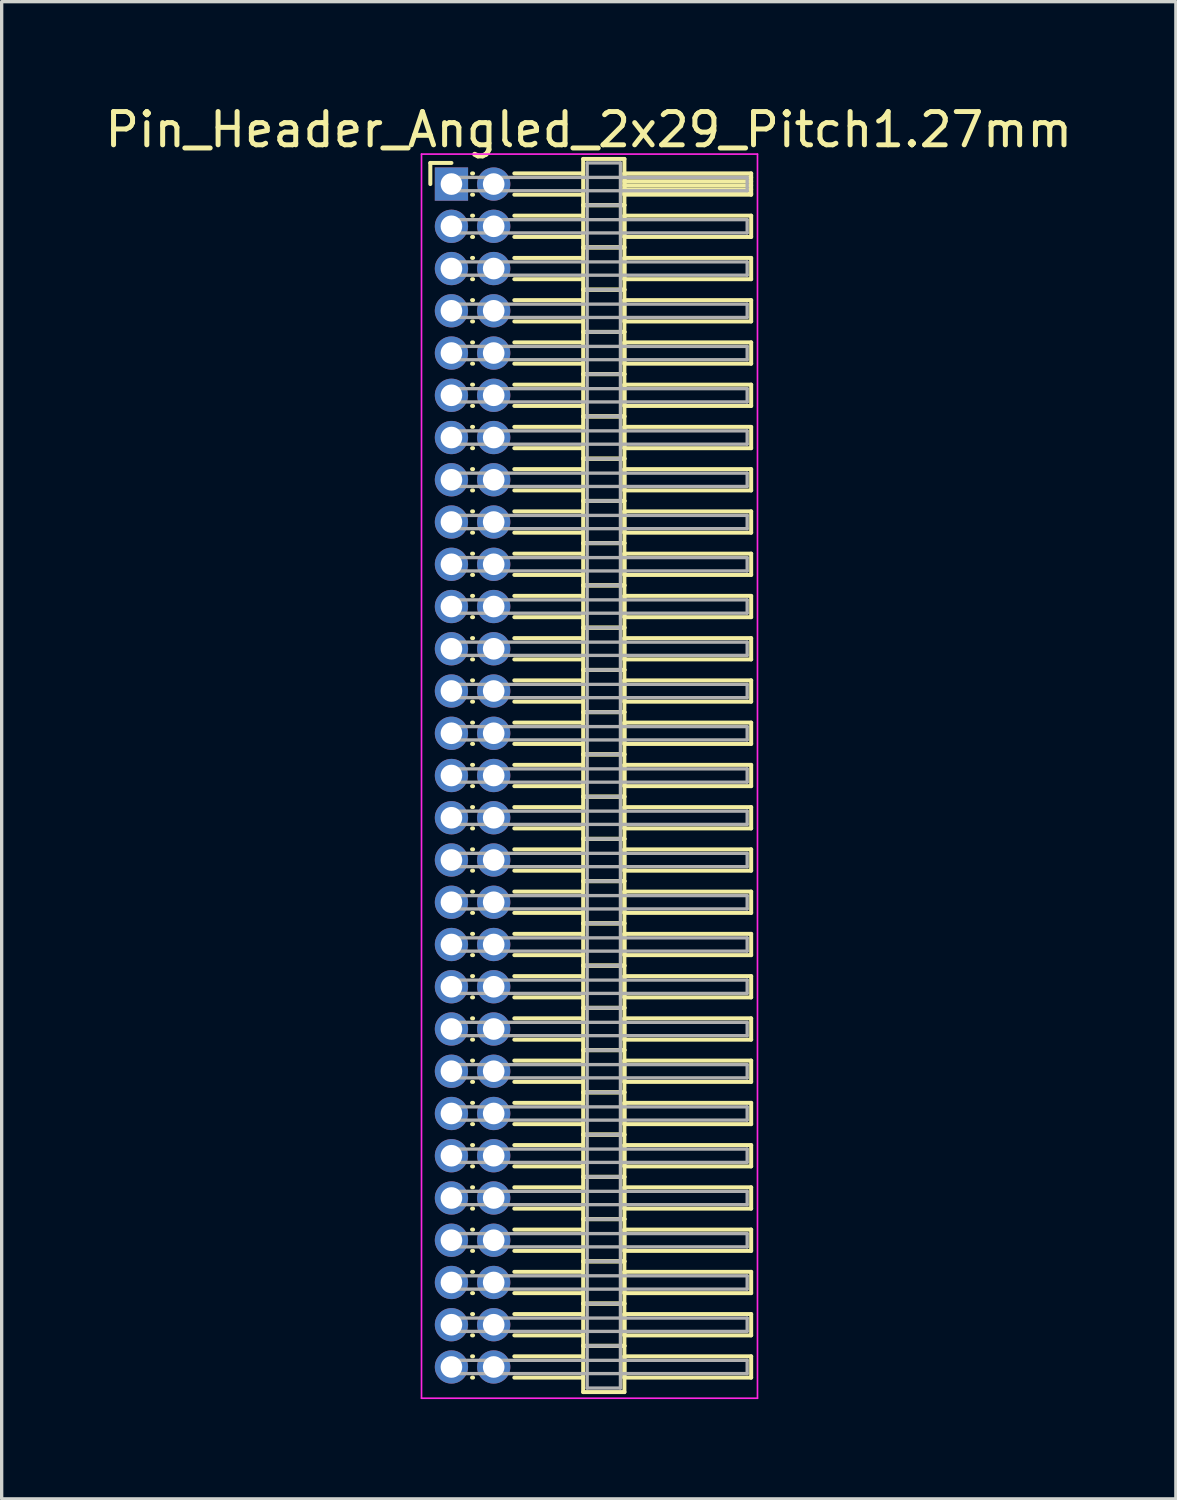
<source format=kicad_pcb>
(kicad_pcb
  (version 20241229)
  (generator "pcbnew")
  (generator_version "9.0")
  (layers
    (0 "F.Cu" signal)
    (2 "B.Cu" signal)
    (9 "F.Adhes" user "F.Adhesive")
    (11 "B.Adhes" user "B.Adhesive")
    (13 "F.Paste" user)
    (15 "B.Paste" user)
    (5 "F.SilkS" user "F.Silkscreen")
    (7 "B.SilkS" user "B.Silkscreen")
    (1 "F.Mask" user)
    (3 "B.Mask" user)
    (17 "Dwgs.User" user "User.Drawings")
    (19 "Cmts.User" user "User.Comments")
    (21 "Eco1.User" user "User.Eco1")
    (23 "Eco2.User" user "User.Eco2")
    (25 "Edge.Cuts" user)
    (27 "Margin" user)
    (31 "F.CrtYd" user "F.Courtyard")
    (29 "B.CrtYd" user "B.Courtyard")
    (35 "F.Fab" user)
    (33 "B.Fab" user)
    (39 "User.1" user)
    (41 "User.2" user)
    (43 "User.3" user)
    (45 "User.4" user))
  (footprint "Pin_Header_Angled_2x29_Pitch1.27mm"
    (layer "F.Cu")
    (at 10.521 2.483)
    (property "Reference" "Pin_Header_Angled_2x29_Pitch1.27mm" (at 4.128 -1.635 0) (layer "F.SilkS") (effects (font (size 1 1) (thickness 0.15))))
    (attr through_hole)
    (fp_line (start -0.635 -0.635) (end 0 -0.635) (stroke (width 0.12) (type solid)) (layer "F.SilkS"))
    (fp_line (start -0.635 0) (end -0.635 -0.635) (stroke (width 0.12) (type solid)) (layer "F.SilkS"))
    (fp_line (start 0.62 -0.32) (end 0.65 -0.32) (stroke (width 0.12) (type solid)) (layer "F.SilkS"))
    (fp_line (start 0.62 0.32) (end 0.65 0.32) (stroke (width 0.12) (type solid)) (layer "F.SilkS"))
    (fp_line (start 0.62 0.95) (end 0.65 0.95) (stroke (width 0.12) (type solid)) (layer "F.SilkS"))
    (fp_line (start 0.62 1.59) (end 0.65 1.59) (stroke (width 0.12) (type solid)) (layer "F.SilkS"))
    (fp_line (start 0.62 2.22) (end 0.65 2.22) (stroke (width 0.12) (type solid)) (layer "F.SilkS"))
    (fp_line (start 0.62 2.86) (end 0.65 2.86) (stroke (width 0.12) (type solid)) (layer "F.SilkS"))
    (fp_line (start 0.62 3.49) (end 0.65 3.49) (stroke (width 0.12) (type solid)) (layer "F.SilkS"))
    (fp_line (start 0.62 4.13) (end 0.65 4.13) (stroke (width 0.12) (type solid)) (layer "F.SilkS"))
    (fp_line (start 0.62 4.76) (end 0.65 4.76) (stroke (width 0.12) (type solid)) (layer "F.SilkS"))
    (fp_line (start 0.62 5.4) (end 0.65 5.4) (stroke (width 0.12) (type solid)) (layer "F.SilkS"))
    (fp_line (start 0.62 6.03) (end 0.65 6.03) (stroke (width 0.12) (type solid)) (layer "F.SilkS"))
    (fp_line (start 0.62 6.67) (end 0.65 6.67) (stroke (width 0.12) (type solid)) (layer "F.SilkS"))
    (fp_line (start 0.62 7.3) (end 0.65 7.3) (stroke (width 0.12) (type solid)) (layer "F.SilkS"))
    (fp_line (start 0.62 7.94) (end 0.65 7.94) (stroke (width 0.12) (type solid)) (layer "F.SilkS"))
    (fp_line (start 0.62 8.57) (end 0.65 8.57) (stroke (width 0.12) (type solid)) (layer "F.SilkS"))
    (fp_line (start 0.62 9.21) (end 0.65 9.21) (stroke (width 0.12) (type solid)) (layer "F.SilkS"))
    (fp_line (start 0.62 9.84) (end 0.65 9.84) (stroke (width 0.12) (type solid)) (layer "F.SilkS"))
    (fp_line (start 0.62 10.48) (end 0.65 10.48) (stroke (width 0.12) (type solid)) (layer "F.SilkS"))
    (fp_line (start 0.62 11.11) (end 0.65 11.11) (stroke (width 0.12) (type solid)) (layer "F.SilkS"))
    (fp_line (start 0.62 11.75) (end 0.65 11.75) (stroke (width 0.12) (type solid)) (layer "F.SilkS"))
    (fp_line (start 0.62 12.38) (end 0.65 12.38) (stroke (width 0.12) (type solid)) (layer "F.SilkS"))
    (fp_line (start 0.62 13.02) (end 0.65 13.02) (stroke (width 0.12) (type solid)) (layer "F.SilkS"))
    (fp_line (start 0.62 13.65) (end 0.65 13.65) (stroke (width 0.12) (type solid)) (layer "F.SilkS"))
    (fp_line (start 0.62 14.29) (end 0.65 14.29) (stroke (width 0.12) (type solid)) (layer "F.SilkS"))
    (fp_line (start 0.62 14.92) (end 0.65 14.92) (stroke (width 0.12) (type solid)) (layer "F.SilkS"))
    (fp_line (start 0.62 15.56) (end 0.65 15.56) (stroke (width 0.12) (type solid)) (layer "F.SilkS"))
    (fp_line (start 0.62 16.19) (end 0.65 16.19) (stroke (width 0.12) (type solid)) (layer "F.SilkS"))
    (fp_line (start 0.62 16.83) (end 0.65 16.83) (stroke (width 0.12) (type solid)) (layer "F.SilkS"))
    (fp_line (start 0.62 17.46) (end 0.65 17.46) (stroke (width 0.12) (type solid)) (layer "F.SilkS"))
    (fp_line (start 0.62 18.1) (end 0.65 18.1) (stroke (width 0.12) (type solid)) (layer "F.SilkS"))
    (fp_line (start 0.62 18.73) (end 0.65 18.73) (stroke (width 0.12) (type solid)) (layer "F.SilkS"))
    (fp_line (start 0.62 19.37) (end 0.65 19.37) (stroke (width 0.12) (type solid)) (layer "F.SilkS"))
    (fp_line (start 0.62 20) (end 0.65 20) (stroke (width 0.12) (type solid)) (layer "F.SilkS"))
    (fp_line (start 0.62 20.64) (end 0.65 20.64) (stroke (width 0.12) (type solid)) (layer "F.SilkS"))
    (fp_line (start 0.62 21.27) (end 0.65 21.27) (stroke (width 0.12) (type solid)) (layer "F.SilkS"))
    (fp_line (start 0.62 21.91) (end 0.65 21.91) (stroke (width 0.12) (type solid)) (layer "F.SilkS"))
    (fp_line (start 0.62 22.54) (end 0.65 22.54) (stroke (width 0.12) (type solid)) (layer "F.SilkS"))
    (fp_line (start 0.62 23.18) (end 0.65 23.18) (stroke (width 0.12) (type solid)) (layer "F.SilkS"))
    (fp_line (start 0.62 23.81) (end 0.65 23.81) (stroke (width 0.12) (type solid)) (layer "F.SilkS"))
    (fp_line (start 0.62 24.45) (end 0.65 24.45) (stroke (width 0.12) (type solid)) (layer "F.SilkS"))
    (fp_line (start 0.62 25.08) (end 0.65 25.08) (stroke (width 0.12) (type solid)) (layer "F.SilkS"))
    (fp_line (start 0.62 25.72) (end 0.65 25.72) (stroke (width 0.12) (type solid)) (layer "F.SilkS"))
    (fp_line (start 0.62 26.35) (end 0.65 26.35) (stroke (width 0.12) (type solid)) (layer "F.SilkS"))
    (fp_line (start 0.62 26.99) (end 0.65 26.99) (stroke (width 0.12) (type solid)) (layer "F.SilkS"))
    (fp_line (start 0.62 27.62) (end 0.65 27.62) (stroke (width 0.12) (type solid)) (layer "F.SilkS"))
    (fp_line (start 0.62 28.26) (end 0.65 28.26) (stroke (width 0.12) (type solid)) (layer "F.SilkS"))
    (fp_line (start 0.62 28.89) (end 0.65 28.89) (stroke (width 0.12) (type solid)) (layer "F.SilkS"))
    (fp_line (start 0.62 29.53) (end 0.65 29.53) (stroke (width 0.12) (type solid)) (layer "F.SilkS"))
    (fp_line (start 0.62 30.16) (end 0.65 30.16) (stroke (width 0.12) (type solid)) (layer "F.SilkS"))
    (fp_line (start 0.62 30.8) (end 0.65 30.8) (stroke (width 0.12) (type solid)) (layer "F.SilkS"))
    (fp_line (start 0.62 31.43) (end 0.65 31.43) (stroke (width 0.12) (type solid)) (layer "F.SilkS"))
    (fp_line (start 0.62 32.07) (end 0.65 32.07) (stroke (width 0.12) (type solid)) (layer "F.SilkS"))
    (fp_line (start 0.62 32.7) (end 0.65 32.7) (stroke (width 0.12) (type solid)) (layer "F.SilkS"))
    (fp_line (start 0.62 33.34) (end 0.65 33.34) (stroke (width 0.12) (type solid)) (layer "F.SilkS"))
    (fp_line (start 0.62 33.97) (end 0.65 33.97) (stroke (width 0.12) (type solid)) (layer "F.SilkS"))
    (fp_line (start 0.62 34.61) (end 0.65 34.61) (stroke (width 0.12) (type solid)) (layer "F.SilkS"))
    (fp_line (start 0.62 35.24) (end 0.65 35.24) (stroke (width 0.12) (type solid)) (layer "F.SilkS"))
    (fp_line (start 0.62 35.88) (end 0.65 35.88) (stroke (width 0.12) (type solid)) (layer "F.SilkS"))
    (fp_line (start 1.89 -0.32) (end 3.96 -0.32) (stroke (width 0.12) (type solid)) (layer "F.SilkS"))
    (fp_line (start 1.89 0.32) (end 3.96 0.32) (stroke (width 0.12) (type solid)) (layer "F.SilkS"))
    (fp_line (start 1.89 0.95) (end 3.96 0.95) (stroke (width 0.12) (type solid)) (layer "F.SilkS"))
    (fp_line (start 1.89 1.59) (end 3.96 1.59) (stroke (width 0.12) (type solid)) (layer "F.SilkS"))
    (fp_line (start 1.89 2.22) (end 3.96 2.22) (stroke (width 0.12) (type solid)) (layer "F.SilkS"))
    (fp_line (start 1.89 2.86) (end 3.96 2.86) (stroke (width 0.12) (type solid)) (layer "F.SilkS"))
    (fp_line (start 1.89 3.49) (end 3.96 3.49) (stroke (width 0.12) (type solid)) (layer "F.SilkS"))
    (fp_line (start 1.89 4.13) (end 3.96 4.13) (stroke (width 0.12) (type solid)) (layer "F.SilkS"))
    (fp_line (start 1.89 4.76) (end 3.96 4.76) (stroke (width 0.12) (type solid)) (layer "F.SilkS"))
    (fp_line (start 1.89 5.4) (end 3.96 5.4) (stroke (width 0.12) (type solid)) (layer "F.SilkS"))
    (fp_line (start 1.89 6.03) (end 3.96 6.03) (stroke (width 0.12) (type solid)) (layer "F.SilkS"))
    (fp_line (start 1.89 6.67) (end 3.96 6.67) (stroke (width 0.12) (type solid)) (layer "F.SilkS"))
    (fp_line (start 1.89 7.3) (end 3.96 7.3) (stroke (width 0.12) (type solid)) (layer "F.SilkS"))
    (fp_line (start 1.89 7.94) (end 3.96 7.94) (stroke (width 0.12) (type solid)) (layer "F.SilkS"))
    (fp_line (start 1.89 8.57) (end 3.96 8.57) (stroke (width 0.12) (type solid)) (layer "F.SilkS"))
    (fp_line (start 1.89 9.21) (end 3.96 9.21) (stroke (width 0.12) (type solid)) (layer "F.SilkS"))
    (fp_line (start 1.89 9.84) (end 3.96 9.84) (stroke (width 0.12) (type solid)) (layer "F.SilkS"))
    (fp_line (start 1.89 10.48) (end 3.96 10.48) (stroke (width 0.12) (type solid)) (layer "F.SilkS"))
    (fp_line (start 1.89 11.11) (end 3.96 11.11) (stroke (width 0.12) (type solid)) (layer "F.SilkS"))
    (fp_line (start 1.89 11.75) (end 3.96 11.75) (stroke (width 0.12) (type solid)) (layer "F.SilkS"))
    (fp_line (start 1.89 12.38) (end 3.96 12.38) (stroke (width 0.12) (type solid)) (layer "F.SilkS"))
    (fp_line (start 1.89 13.02) (end 3.96 13.02) (stroke (width 0.12) (type solid)) (layer "F.SilkS"))
    (fp_line (start 1.89 13.65) (end 3.96 13.65) (stroke (width 0.12) (type solid)) (layer "F.SilkS"))
    (fp_line (start 1.89 14.29) (end 3.96 14.29) (stroke (width 0.12) (type solid)) (layer "F.SilkS"))
    (fp_line (start 1.89 14.92) (end 3.96 14.92) (stroke (width 0.12) (type solid)) (layer "F.SilkS"))
    (fp_line (start 1.89 15.56) (end 3.96 15.56) (stroke (width 0.12) (type solid)) (layer "F.SilkS"))
    (fp_line (start 1.89 16.19) (end 3.96 16.19) (stroke (width 0.12) (type solid)) (layer "F.SilkS"))
    (fp_line (start 1.89 16.83) (end 3.96 16.83) (stroke (width 0.12) (type solid)) (layer "F.SilkS"))
    (fp_line (start 1.89 17.46) (end 3.96 17.46) (stroke (width 0.12) (type solid)) (layer "F.SilkS"))
    (fp_line (start 1.89 18.1) (end 3.96 18.1) (stroke (width 0.12) (type solid)) (layer "F.SilkS"))
    (fp_line (start 1.89 18.73) (end 3.96 18.73) (stroke (width 0.12) (type solid)) (layer "F.SilkS"))
    (fp_line (start 1.89 19.37) (end 3.96 19.37) (stroke (width 0.12) (type solid)) (layer "F.SilkS"))
    (fp_line (start 1.89 20) (end 3.96 20) (stroke (width 0.12) (type solid)) (layer "F.SilkS"))
    (fp_line (start 1.89 20.64) (end 3.96 20.64) (stroke (width 0.12) (type solid)) (layer "F.SilkS"))
    (fp_line (start 1.89 21.27) (end 3.96 21.27) (stroke (width 0.12) (type solid)) (layer "F.SilkS"))
    (fp_line (start 1.89 21.91) (end 3.96 21.91) (stroke (width 0.12) (type solid)) (layer "F.SilkS"))
    (fp_line (start 1.89 22.54) (end 3.96 22.54) (stroke (width 0.12) (type solid)) (layer "F.SilkS"))
    (fp_line (start 1.89 23.18) (end 3.96 23.18) (stroke (width 0.12) (type solid)) (layer "F.SilkS"))
    (fp_line (start 1.89 23.81) (end 3.96 23.81) (stroke (width 0.12) (type solid)) (layer "F.SilkS"))
    (fp_line (start 1.89 24.45) (end 3.96 24.45) (stroke (width 0.12) (type solid)) (layer "F.SilkS"))
    (fp_line (start 1.89 25.08) (end 3.96 25.08) (stroke (width 0.12) (type solid)) (layer "F.SilkS"))
    (fp_line (start 1.89 25.72) (end 3.96 25.72) (stroke (width 0.12) (type solid)) (layer "F.SilkS"))
    (fp_line (start 1.89 26.35) (end 3.96 26.35) (stroke (width 0.12) (type solid)) (layer "F.SilkS"))
    (fp_line (start 1.89 26.99) (end 3.96 26.99) (stroke (width 0.12) (type solid)) (layer "F.SilkS"))
    (fp_line (start 1.89 27.62) (end 3.96 27.62) (stroke (width 0.12) (type solid)) (layer "F.SilkS"))
    (fp_line (start 1.89 28.26) (end 3.96 28.26) (stroke (width 0.12) (type solid)) (layer "F.SilkS"))
    (fp_line (start 1.89 28.89) (end 3.96 28.89) (stroke (width 0.12) (type solid)) (layer "F.SilkS"))
    (fp_line (start 1.89 29.53) (end 3.96 29.53) (stroke (width 0.12) (type solid)) (layer "F.SilkS"))
    (fp_line (start 1.89 30.16) (end 3.96 30.16) (stroke (width 0.12) (type solid)) (layer "F.SilkS"))
    (fp_line (start 1.89 30.8) (end 3.96 30.8) (stroke (width 0.12) (type solid)) (layer "F.SilkS"))
    (fp_line (start 1.89 31.43) (end 3.96 31.43) (stroke (width 0.12) (type solid)) (layer "F.SilkS"))
    (fp_line (start 1.89 32.07) (end 3.96 32.07) (stroke (width 0.12) (type solid)) (layer "F.SilkS"))
    (fp_line (start 1.89 32.7) (end 3.96 32.7) (stroke (width 0.12) (type solid)) (layer "F.SilkS"))
    (fp_line (start 1.89 33.34) (end 3.96 33.34) (stroke (width 0.12) (type solid)) (layer "F.SilkS"))
    (fp_line (start 1.89 33.97) (end 3.96 33.97) (stroke (width 0.12) (type solid)) (layer "F.SilkS"))
    (fp_line (start 1.89 34.61) (end 3.96 34.61) (stroke (width 0.12) (type solid)) (layer "F.SilkS"))
    (fp_line (start 1.89 35.24) (end 3.96 35.24) (stroke (width 0.12) (type solid)) (layer "F.SilkS"))
    (fp_line (start 1.89 35.88) (end 3.96 35.88) (stroke (width 0.12) (type solid)) (layer "F.SilkS"))
    (fp_line (start 3.96 -0.755) (end 3.96 0.635) (stroke (width 0.12) (type solid)) (layer "F.SilkS"))
    (fp_line (start 3.96 0.635) (end 3.96 1.905) (stroke (width 0.12) (type solid)) (layer "F.SilkS"))
    (fp_line (start 3.96 0.635) (end 5.2 0.635) (stroke (width 0.12) (type solid)) (layer "F.SilkS"))
    (fp_line (start 3.96 1.905) (end 3.96 3.175) (stroke (width 0.12) (type solid)) (layer "F.SilkS"))
    (fp_line (start 3.96 1.905) (end 5.2 1.905) (stroke (width 0.12) (type solid)) (layer "F.SilkS"))
    (fp_line (start 3.96 3.175) (end 3.96 4.445) (stroke (width 0.12) (type solid)) (layer "F.SilkS"))
    (fp_line (start 3.96 3.175) (end 5.2 3.175) (stroke (width 0.12) (type solid)) (layer "F.SilkS"))
    (fp_line (start 3.96 4.445) (end 3.96 5.715) (stroke (width 0.12) (type solid)) (layer "F.SilkS"))
    (fp_line (start 3.96 4.445) (end 5.2 4.445) (stroke (width 0.12) (type solid)) (layer "F.SilkS"))
    (fp_line (start 3.96 5.715) (end 3.96 6.985) (stroke (width 0.12) (type solid)) (layer "F.SilkS"))
    (fp_line (start 3.96 5.715) (end 5.2 5.715) (stroke (width 0.12) (type solid)) (layer "F.SilkS"))
    (fp_line (start 3.96 6.985) (end 3.96 8.255) (stroke (width 0.12) (type solid)) (layer "F.SilkS"))
    (fp_line (start 3.96 6.985) (end 5.2 6.985) (stroke (width 0.12) (type solid)) (layer "F.SilkS"))
    (fp_line (start 3.96 8.255) (end 3.96 9.525) (stroke (width 0.12) (type solid)) (layer "F.SilkS"))
    (fp_line (start 3.96 8.255) (end 5.2 8.255) (stroke (width 0.12) (type solid)) (layer "F.SilkS"))
    (fp_line (start 3.96 9.525) (end 3.96 10.795) (stroke (width 0.12) (type solid)) (layer "F.SilkS"))
    (fp_line (start 3.96 9.525) (end 5.2 9.525) (stroke (width 0.12) (type solid)) (layer "F.SilkS"))
    (fp_line (start 3.96 10.795) (end 3.96 12.065) (stroke (width 0.12) (type solid)) (layer "F.SilkS"))
    (fp_line (start 3.96 10.795) (end 5.2 10.795) (stroke (width 0.12) (type solid)) (layer "F.SilkS"))
    (fp_line (start 3.96 12.065) (end 3.96 13.335) (stroke (width 0.12) (type solid)) (layer "F.SilkS"))
    (fp_line (start 3.96 12.065) (end 5.2 12.065) (stroke (width 0.12) (type solid)) (layer "F.SilkS"))
    (fp_line (start 3.96 13.335) (end 3.96 14.605) (stroke (width 0.12) (type solid)) (layer "F.SilkS"))
    (fp_line (start 3.96 13.335) (end 5.2 13.335) (stroke (width 0.12) (type solid)) (layer "F.SilkS"))
    (fp_line (start 3.96 14.605) (end 3.96 15.875) (stroke (width 0.12) (type solid)) (layer "F.SilkS"))
    (fp_line (start 3.96 14.605) (end 5.2 14.605) (stroke (width 0.12) (type solid)) (layer "F.SilkS"))
    (fp_line (start 3.96 15.875) (end 3.96 17.145) (stroke (width 0.12) (type solid)) (layer "F.SilkS"))
    (fp_line (start 3.96 15.875) (end 5.2 15.875) (stroke (width 0.12) (type solid)) (layer "F.SilkS"))
    (fp_line (start 3.96 17.145) (end 3.96 18.415) (stroke (width 0.12) (type solid)) (layer "F.SilkS"))
    (fp_line (start 3.96 17.145) (end 5.2 17.145) (stroke (width 0.12) (type solid)) (layer "F.SilkS"))
    (fp_line (start 3.96 18.415) (end 3.96 19.685) (stroke (width 0.12) (type solid)) (layer "F.SilkS"))
    (fp_line (start 3.96 18.415) (end 5.2 18.415) (stroke (width 0.12) (type solid)) (layer "F.SilkS"))
    (fp_line (start 3.96 19.685) (end 3.96 20.955) (stroke (width 0.12) (type solid)) (layer "F.SilkS"))
    (fp_line (start 3.96 19.685) (end 5.2 19.685) (stroke (width 0.12) (type solid)) (layer "F.SilkS"))
    (fp_line (start 3.96 20.955) (end 3.96 22.225) (stroke (width 0.12) (type solid)) (layer "F.SilkS"))
    (fp_line (start 3.96 20.955) (end 5.2 20.955) (stroke (width 0.12) (type solid)) (layer "F.SilkS"))
    (fp_line (start 3.96 22.225) (end 3.96 23.495) (stroke (width 0.12) (type solid)) (layer "F.SilkS"))
    (fp_line (start 3.96 22.225) (end 5.2 22.225) (stroke (width 0.12) (type solid)) (layer "F.SilkS"))
    (fp_line (start 3.96 23.495) (end 3.96 24.765) (stroke (width 0.12) (type solid)) (layer "F.SilkS"))
    (fp_line (start 3.96 23.495) (end 5.2 23.495) (stroke (width 0.12) (type solid)) (layer "F.SilkS"))
    (fp_line (start 3.96 24.765) (end 3.96 26.035) (stroke (width 0.12) (type solid)) (layer "F.SilkS"))
    (fp_line (start 3.96 24.765) (end 5.2 24.765) (stroke (width 0.12) (type solid)) (layer "F.SilkS"))
    (fp_line (start 3.96 26.035) (end 3.96 27.305) (stroke (width 0.12) (type solid)) (layer "F.SilkS"))
    (fp_line (start 3.96 26.035) (end 5.2 26.035) (stroke (width 0.12) (type solid)) (layer "F.SilkS"))
    (fp_line (start 3.96 27.305) (end 3.96 28.575) (stroke (width 0.12) (type solid)) (layer "F.SilkS"))
    (fp_line (start 3.96 27.305) (end 5.2 27.305) (stroke (width 0.12) (type solid)) (layer "F.SilkS"))
    (fp_line (start 3.96 28.575) (end 3.96 29.845) (stroke (width 0.12) (type solid)) (layer "F.SilkS"))
    (fp_line (start 3.96 28.575) (end 5.2 28.575) (stroke (width 0.12) (type solid)) (layer "F.SilkS"))
    (fp_line (start 3.96 29.845) (end 3.96 31.115) (stroke (width 0.12) (type solid)) (layer "F.SilkS"))
    (fp_line (start 3.96 29.845) (end 5.2 29.845) (stroke (width 0.12) (type solid)) (layer "F.SilkS"))
    (fp_line (start 3.96 31.115) (end 3.96 32.385) (stroke (width 0.12) (type solid)) (layer "F.SilkS"))
    (fp_line (start 3.96 31.115) (end 5.2 31.115) (stroke (width 0.12) (type solid)) (layer "F.SilkS"))
    (fp_line (start 3.96 32.385) (end 3.96 33.655) (stroke (width 0.12) (type solid)) (layer "F.SilkS"))
    (fp_line (start 3.96 32.385) (end 5.2 32.385) (stroke (width 0.12) (type solid)) (layer "F.SilkS"))
    (fp_line (start 3.96 33.655) (end 3.96 34.925) (stroke (width 0.12) (type solid)) (layer "F.SilkS"))
    (fp_line (start 3.96 33.655) (end 5.2 33.655) (stroke (width 0.12) (type solid)) (layer "F.SilkS"))
    (fp_line (start 3.96 34.925) (end 3.96 36.315) (stroke (width 0.12) (type solid)) (layer "F.SilkS"))
    (fp_line (start 3.96 34.925) (end 5.2 34.925) (stroke (width 0.12) (type solid)) (layer "F.SilkS"))
    (fp_line (start 3.96 36.315) (end 5.2 36.315) (stroke (width 0.12) (type solid)) (layer "F.SilkS"))
    (fp_line (start 5.2 -0.755) (end 3.96 -0.755) (stroke (width 0.12) (type solid)) (layer "F.SilkS"))
    (fp_line (start 5.2 -0.32) (end 5.2 0.32) (stroke (width 0.12) (type solid)) (layer "F.SilkS"))
    (fp_line (start 5.2 -0.2) (end 9.01 -0.2) (stroke (width 0.12) (type solid)) (layer "F.SilkS"))
    (fp_line (start 5.2 -0.08) (end 9.01 -0.08) (stroke (width 0.12) (type solid)) (layer "F.SilkS"))
    (fp_line (start 5.2 0.04) (end 9.01 0.04) (stroke (width 0.12) (type solid)) (layer "F.SilkS"))
    (fp_line (start 5.2 0.16) (end 9.01 0.16) (stroke (width 0.12) (type solid)) (layer "F.SilkS"))
    (fp_line (start 5.2 0.28) (end 9.01 0.28) (stroke (width 0.12) (type solid)) (layer "F.SilkS"))
    (fp_line (start 5.2 0.32) (end 9.01 0.32) (stroke (width 0.12) (type solid)) (layer "F.SilkS"))
    (fp_line (start 5.2 0.635) (end 3.96 0.635) (stroke (width 0.12) (type solid)) (layer "F.SilkS"))
    (fp_line (start 5.2 0.635) (end 5.2 -0.755) (stroke (width 0.12) (type solid)) (layer "F.SilkS"))
    (fp_line (start 5.2 0.95) (end 5.2 1.59) (stroke (width 0.12) (type solid)) (layer "F.SilkS"))
    (fp_line (start 5.2 1.59) (end 9.01 1.59) (stroke (width 0.12) (type solid)) (layer "F.SilkS"))
    (fp_line (start 5.2 1.905) (end 3.96 1.905) (stroke (width 0.12) (type solid)) (layer "F.SilkS"))
    (fp_line (start 5.2 1.905) (end 5.2 0.635) (stroke (width 0.12) (type solid)) (layer "F.SilkS"))
    (fp_line (start 5.2 2.22) (end 5.2 2.86) (stroke (width 0.12) (type solid)) (layer "F.SilkS"))
    (fp_line (start 5.2 2.86) (end 9.01 2.86) (stroke (width 0.12) (type solid)) (layer "F.SilkS"))
    (fp_line (start 5.2 3.175) (end 3.96 3.175) (stroke (width 0.12) (type solid)) (layer "F.SilkS"))
    (fp_line (start 5.2 3.175) (end 5.2 1.905) (stroke (width 0.12) (type solid)) (layer "F.SilkS"))
    (fp_line (start 5.2 3.49) (end 5.2 4.13) (stroke (width 0.12) (type solid)) (layer "F.SilkS"))
    (fp_line (start 5.2 4.13) (end 9.01 4.13) (stroke (width 0.12) (type solid)) (layer "F.SilkS"))
    (fp_line (start 5.2 4.445) (end 3.96 4.445) (stroke (width 0.12) (type solid)) (layer "F.SilkS"))
    (fp_line (start 5.2 4.445) (end 5.2 3.175) (stroke (width 0.12) (type solid)) (layer "F.SilkS"))
    (fp_line (start 5.2 4.76) (end 5.2 5.4) (stroke (width 0.12) (type solid)) (layer "F.SilkS"))
    (fp_line (start 5.2 5.4) (end 9.01 5.4) (stroke (width 0.12) (type solid)) (layer "F.SilkS"))
    (fp_line (start 5.2 5.715) (end 3.96 5.715) (stroke (width 0.12) (type solid)) (layer "F.SilkS"))
    (fp_line (start 5.2 5.715) (end 5.2 4.445) (stroke (width 0.12) (type solid)) (layer "F.SilkS"))
    (fp_line (start 5.2 6.03) (end 5.2 6.67) (stroke (width 0.12) (type solid)) (layer "F.SilkS"))
    (fp_line (start 5.2 6.67) (end 9.01 6.67) (stroke (width 0.12) (type solid)) (layer "F.SilkS"))
    (fp_line (start 5.2 6.985) (end 3.96 6.985) (stroke (width 0.12) (type solid)) (layer "F.SilkS"))
    (fp_line (start 5.2 6.985) (end 5.2 5.715) (stroke (width 0.12) (type solid)) (layer "F.SilkS"))
    (fp_line (start 5.2 7.3) (end 5.2 7.94) (stroke (width 0.12) (type solid)) (layer "F.SilkS"))
    (fp_line (start 5.2 7.94) (end 9.01 7.94) (stroke (width 0.12) (type solid)) (layer "F.SilkS"))
    (fp_line (start 5.2 8.255) (end 3.96 8.255) (stroke (width 0.12) (type solid)) (layer "F.SilkS"))
    (fp_line (start 5.2 8.255) (end 5.2 6.985) (stroke (width 0.12) (type solid)) (layer "F.SilkS"))
    (fp_line (start 5.2 8.57) (end 5.2 9.21) (stroke (width 0.12) (type solid)) (layer "F.SilkS"))
    (fp_line (start 5.2 9.21) (end 9.01 9.21) (stroke (width 0.12) (type solid)) (layer "F.SilkS"))
    (fp_line (start 5.2 9.525) (end 3.96 9.525) (stroke (width 0.12) (type solid)) (layer "F.SilkS"))
    (fp_line (start 5.2 9.525) (end 5.2 8.255) (stroke (width 0.12) (type solid)) (layer "F.SilkS"))
    (fp_line (start 5.2 9.84) (end 5.2 10.48) (stroke (width 0.12) (type solid)) (layer "F.SilkS"))
    (fp_line (start 5.2 10.48) (end 9.01 10.48) (stroke (width 0.12) (type solid)) (layer "F.SilkS"))
    (fp_line (start 5.2 10.795) (end 3.96 10.795) (stroke (width 0.12) (type solid)) (layer "F.SilkS"))
    (fp_line (start 5.2 10.795) (end 5.2 9.525) (stroke (width 0.12) (type solid)) (layer "F.SilkS"))
    (fp_line (start 5.2 11.11) (end 5.2 11.75) (stroke (width 0.12) (type solid)) (layer "F.SilkS"))
    (fp_line (start 5.2 11.75) (end 9.01 11.75) (stroke (width 0.12) (type solid)) (layer "F.SilkS"))
    (fp_line (start 5.2 12.065) (end 3.96 12.065) (stroke (width 0.12) (type solid)) (layer "F.SilkS"))
    (fp_line (start 5.2 12.065) (end 5.2 10.795) (stroke (width 0.12) (type solid)) (layer "F.SilkS"))
    (fp_line (start 5.2 12.38) (end 5.2 13.02) (stroke (width 0.12) (type solid)) (layer "F.SilkS"))
    (fp_line (start 5.2 13.02) (end 9.01 13.02) (stroke (width 0.12) (type solid)) (layer "F.SilkS"))
    (fp_line (start 5.2 13.335) (end 3.96 13.335) (stroke (width 0.12) (type solid)) (layer "F.SilkS"))
    (fp_line (start 5.2 13.335) (end 5.2 12.065) (stroke (width 0.12) (type solid)) (layer "F.SilkS"))
    (fp_line (start 5.2 13.65) (end 5.2 14.29) (stroke (width 0.12) (type solid)) (layer "F.SilkS"))
    (fp_line (start 5.2 14.29) (end 9.01 14.29) (stroke (width 0.12) (type solid)) (layer "F.SilkS"))
    (fp_line (start 5.2 14.605) (end 3.96 14.605) (stroke (width 0.12) (type solid)) (layer "F.SilkS"))
    (fp_line (start 5.2 14.605) (end 5.2 13.335) (stroke (width 0.12) (type solid)) (layer "F.SilkS"))
    (fp_line (start 5.2 14.92) (end 5.2 15.56) (stroke (width 0.12) (type solid)) (layer "F.SilkS"))
    (fp_line (start 5.2 15.56) (end 9.01 15.56) (stroke (width 0.12) (type solid)) (layer "F.SilkS"))
    (fp_line (start 5.2 15.875) (end 3.96 15.875) (stroke (width 0.12) (type solid)) (layer "F.SilkS"))
    (fp_line (start 5.2 15.875) (end 5.2 14.605) (stroke (width 0.12) (type solid)) (layer "F.SilkS"))
    (fp_line (start 5.2 16.19) (end 5.2 16.83) (stroke (width 0.12) (type solid)) (layer "F.SilkS"))
    (fp_line (start 5.2 16.83) (end 9.01 16.83) (stroke (width 0.12) (type solid)) (layer "F.SilkS"))
    (fp_line (start 5.2 17.145) (end 3.96 17.145) (stroke (width 0.12) (type solid)) (layer "F.SilkS"))
    (fp_line (start 5.2 17.145) (end 5.2 15.875) (stroke (width 0.12) (type solid)) (layer "F.SilkS"))
    (fp_line (start 5.2 17.46) (end 5.2 18.1) (stroke (width 0.12) (type solid)) (layer "F.SilkS"))
    (fp_line (start 5.2 18.1) (end 9.01 18.1) (stroke (width 0.12) (type solid)) (layer "F.SilkS"))
    (fp_line (start 5.2 18.415) (end 3.96 18.415) (stroke (width 0.12) (type solid)) (layer "F.SilkS"))
    (fp_line (start 5.2 18.415) (end 5.2 17.145) (stroke (width 0.12) (type solid)) (layer "F.SilkS"))
    (fp_line (start 5.2 18.73) (end 5.2 19.37) (stroke (width 0.12) (type solid)) (layer "F.SilkS"))
    (fp_line (start 5.2 19.37) (end 9.01 19.37) (stroke (width 0.12) (type solid)) (layer "F.SilkS"))
    (fp_line (start 5.2 19.685) (end 3.96 19.685) (stroke (width 0.12) (type solid)) (layer "F.SilkS"))
    (fp_line (start 5.2 19.685) (end 5.2 18.415) (stroke (width 0.12) (type solid)) (layer "F.SilkS"))
    (fp_line (start 5.2 20) (end 5.2 20.64) (stroke (width 0.12) (type solid)) (layer "F.SilkS"))
    (fp_line (start 5.2 20.64) (end 9.01 20.64) (stroke (width 0.12) (type solid)) (layer "F.SilkS"))
    (fp_line (start 5.2 20.955) (end 3.96 20.955) (stroke (width 0.12) (type solid)) (layer "F.SilkS"))
    (fp_line (start 5.2 20.955) (end 5.2 19.685) (stroke (width 0.12) (type solid)) (layer "F.SilkS"))
    (fp_line (start 5.2 21.27) (end 5.2 21.91) (stroke (width 0.12) (type solid)) (layer "F.SilkS"))
    (fp_line (start 5.2 21.91) (end 9.01 21.91) (stroke (width 0.12) (type solid)) (layer "F.SilkS"))
    (fp_line (start 5.2 22.225) (end 3.96 22.225) (stroke (width 0.12) (type solid)) (layer "F.SilkS"))
    (fp_line (start 5.2 22.225) (end 5.2 20.955) (stroke (width 0.12) (type solid)) (layer "F.SilkS"))
    (fp_line (start 5.2 22.54) (end 5.2 23.18) (stroke (width 0.12) (type solid)) (layer "F.SilkS"))
    (fp_line (start 5.2 23.18) (end 9.01 23.18) (stroke (width 0.12) (type solid)) (layer "F.SilkS"))
    (fp_line (start 5.2 23.495) (end 3.96 23.495) (stroke (width 0.12) (type solid)) (layer "F.SilkS"))
    (fp_line (start 5.2 23.495) (end 5.2 22.225) (stroke (width 0.12) (type solid)) (layer "F.SilkS"))
    (fp_line (start 5.2 23.81) (end 5.2 24.45) (stroke (width 0.12) (type solid)) (layer "F.SilkS"))
    (fp_line (start 5.2 24.45) (end 9.01 24.45) (stroke (width 0.12) (type solid)) (layer "F.SilkS"))
    (fp_line (start 5.2 24.765) (end 3.96 24.765) (stroke (width 0.12) (type solid)) (layer "F.SilkS"))
    (fp_line (start 5.2 24.765) (end 5.2 23.495) (stroke (width 0.12) (type solid)) (layer "F.SilkS"))
    (fp_line (start 5.2 25.08) (end 5.2 25.72) (stroke (width 0.12) (type solid)) (layer "F.SilkS"))
    (fp_line (start 5.2 25.72) (end 9.01 25.72) (stroke (width 0.12) (type solid)) (layer "F.SilkS"))
    (fp_line (start 5.2 26.035) (end 3.96 26.035) (stroke (width 0.12) (type solid)) (layer "F.SilkS"))
    (fp_line (start 5.2 26.035) (end 5.2 24.765) (stroke (width 0.12) (type solid)) (layer "F.SilkS"))
    (fp_line (start 5.2 26.35) (end 5.2 26.99) (stroke (width 0.12) (type solid)) (layer "F.SilkS"))
    (fp_line (start 5.2 26.99) (end 9.01 26.99) (stroke (width 0.12) (type solid)) (layer "F.SilkS"))
    (fp_line (start 5.2 27.305) (end 3.96 27.305) (stroke (width 0.12) (type solid)) (layer "F.SilkS"))
    (fp_line (start 5.2 27.305) (end 5.2 26.035) (stroke (width 0.12) (type solid)) (layer "F.SilkS"))
    (fp_line (start 5.2 27.62) (end 5.2 28.26) (stroke (width 0.12) (type solid)) (layer "F.SilkS"))
    (fp_line (start 5.2 28.26) (end 9.01 28.26) (stroke (width 0.12) (type solid)) (layer "F.SilkS"))
    (fp_line (start 5.2 28.575) (end 3.96 28.575) (stroke (width 0.12) (type solid)) (layer "F.SilkS"))
    (fp_line (start 5.2 28.575) (end 5.2 27.305) (stroke (width 0.12) (type solid)) (layer "F.SilkS"))
    (fp_line (start 5.2 28.89) (end 5.2 29.53) (stroke (width 0.12) (type solid)) (layer "F.SilkS"))
    (fp_line (start 5.2 29.53) (end 9.01 29.53) (stroke (width 0.12) (type solid)) (layer "F.SilkS"))
    (fp_line (start 5.2 29.845) (end 3.96 29.845) (stroke (width 0.12) (type solid)) (layer "F.SilkS"))
    (fp_line (start 5.2 29.845) (end 5.2 28.575) (stroke (width 0.12) (type solid)) (layer "F.SilkS"))
    (fp_line (start 5.2 30.16) (end 5.2 30.8) (stroke (width 0.12) (type solid)) (layer "F.SilkS"))
    (fp_line (start 5.2 30.8) (end 9.01 30.8) (stroke (width 0.12) (type solid)) (layer "F.SilkS"))
    (fp_line (start 5.2 31.115) (end 3.96 31.115) (stroke (width 0.12) (type solid)) (layer "F.SilkS"))
    (fp_line (start 5.2 31.115) (end 5.2 29.845) (stroke (width 0.12) (type solid)) (layer "F.SilkS"))
    (fp_line (start 5.2 31.43) (end 5.2 32.07) (stroke (width 0.12) (type solid)) (layer "F.SilkS"))
    (fp_line (start 5.2 32.07) (end 9.01 32.07) (stroke (width 0.12) (type solid)) (layer "F.SilkS"))
    (fp_line (start 5.2 32.385) (end 3.96 32.385) (stroke (width 0.12) (type solid)) (layer "F.SilkS"))
    (fp_line (start 5.2 32.385) (end 5.2 31.115) (stroke (width 0.12) (type solid)) (layer "F.SilkS"))
    (fp_line (start 5.2 32.7) (end 5.2 33.34) (stroke (width 0.12) (type solid)) (layer "F.SilkS"))
    (fp_line (start 5.2 33.34) (end 9.01 33.34) (stroke (width 0.12) (type solid)) (layer "F.SilkS"))
    (fp_line (start 5.2 33.655) (end 3.96 33.655) (stroke (width 0.12) (type solid)) (layer "F.SilkS"))
    (fp_line (start 5.2 33.655) (end 5.2 32.385) (stroke (width 0.12) (type solid)) (layer "F.SilkS"))
    (fp_line (start 5.2 33.97) (end 5.2 34.61) (stroke (width 0.12) (type solid)) (layer "F.SilkS"))
    (fp_line (start 5.2 34.61) (end 9.01 34.61) (stroke (width 0.12) (type solid)) (layer "F.SilkS"))
    (fp_line (start 5.2 34.925) (end 3.96 34.925) (stroke (width 0.12) (type solid)) (layer "F.SilkS"))
    (fp_line (start 5.2 34.925) (end 5.2 33.655) (stroke (width 0.12) (type solid)) (layer "F.SilkS"))
    (fp_line (start 5.2 35.24) (end 5.2 35.88) (stroke (width 0.12) (type solid)) (layer "F.SilkS"))
    (fp_line (start 5.2 35.88) (end 9.01 35.88) (stroke (width 0.12) (type solid)) (layer "F.SilkS"))
    (fp_line (start 5.2 36.315) (end 5.2 34.925) (stroke (width 0.12) (type solid)) (layer "F.SilkS"))
    (fp_line (start 9.01 -0.32) (end 5.2 -0.32) (stroke (width 0.12) (type solid)) (layer "F.SilkS"))
    (fp_line (start 9.01 0.32) (end 9.01 -0.32) (stroke (width 0.12) (type solid)) (layer "F.SilkS"))
    (fp_line (start 9.01 0.95) (end 5.2 0.95) (stroke (width 0.12) (type solid)) (layer "F.SilkS"))
    (fp_line (start 9.01 1.59) (end 9.01 0.95) (stroke (width 0.12) (type solid)) (layer "F.SilkS"))
    (fp_line (start 9.01 2.22) (end 5.2 2.22) (stroke (width 0.12) (type solid)) (layer "F.SilkS"))
    (fp_line (start 9.01 2.86) (end 9.01 2.22) (stroke (width 0.12) (type solid)) (layer "F.SilkS"))
    (fp_line (start 9.01 3.49) (end 5.2 3.49) (stroke (width 0.12) (type solid)) (layer "F.SilkS"))
    (fp_line (start 9.01 4.13) (end 9.01 3.49) (stroke (width 0.12) (type solid)) (layer "F.SilkS"))
    (fp_line (start 9.01 4.76) (end 5.2 4.76) (stroke (width 0.12) (type solid)) (layer "F.SilkS"))
    (fp_line (start 9.01 5.4) (end 9.01 4.76) (stroke (width 0.12) (type solid)) (layer "F.SilkS"))
    (fp_line (start 9.01 6.03) (end 5.2 6.03) (stroke (width 0.12) (type solid)) (layer "F.SilkS"))
    (fp_line (start 9.01 6.67) (end 9.01 6.03) (stroke (width 0.12) (type solid)) (layer "F.SilkS"))
    (fp_line (start 9.01 7.3) (end 5.2 7.3) (stroke (width 0.12) (type solid)) (layer "F.SilkS"))
    (fp_line (start 9.01 7.94) (end 9.01 7.3) (stroke (width 0.12) (type solid)) (layer "F.SilkS"))
    (fp_line (start 9.01 8.57) (end 5.2 8.57) (stroke (width 0.12) (type solid)) (layer "F.SilkS"))
    (fp_line (start 9.01 9.21) (end 9.01 8.57) (stroke (width 0.12) (type solid)) (layer "F.SilkS"))
    (fp_line (start 9.01 9.84) (end 5.2 9.84) (stroke (width 0.12) (type solid)) (layer "F.SilkS"))
    (fp_line (start 9.01 10.48) (end 9.01 9.84) (stroke (width 0.12) (type solid)) (layer "F.SilkS"))
    (fp_line (start 9.01 11.11) (end 5.2 11.11) (stroke (width 0.12) (type solid)) (layer "F.SilkS"))
    (fp_line (start 9.01 11.75) (end 9.01 11.11) (stroke (width 0.12) (type solid)) (layer "F.SilkS"))
    (fp_line (start 9.01 12.38) (end 5.2 12.38) (stroke (width 0.12) (type solid)) (layer "F.SilkS"))
    (fp_line (start 9.01 13.02) (end 9.01 12.38) (stroke (width 0.12) (type solid)) (layer "F.SilkS"))
    (fp_line (start 9.01 13.65) (end 5.2 13.65) (stroke (width 0.12) (type solid)) (layer "F.SilkS"))
    (fp_line (start 9.01 14.29) (end 9.01 13.65) (stroke (width 0.12) (type solid)) (layer "F.SilkS"))
    (fp_line (start 9.01 14.92) (end 5.2 14.92) (stroke (width 0.12) (type solid)) (layer "F.SilkS"))
    (fp_line (start 9.01 15.56) (end 9.01 14.92) (stroke (width 0.12) (type solid)) (layer "F.SilkS"))
    (fp_line (start 9.01 16.19) (end 5.2 16.19) (stroke (width 0.12) (type solid)) (layer "F.SilkS"))
    (fp_line (start 9.01 16.83) (end 9.01 16.19) (stroke (width 0.12) (type solid)) (layer "F.SilkS"))
    (fp_line (start 9.01 17.46) (end 5.2 17.46) (stroke (width 0.12) (type solid)) (layer "F.SilkS"))
    (fp_line (start 9.01 18.1) (end 9.01 17.46) (stroke (width 0.12) (type solid)) (layer "F.SilkS"))
    (fp_line (start 9.01 18.73) (end 5.2 18.73) (stroke (width 0.12) (type solid)) (layer "F.SilkS"))
    (fp_line (start 9.01 19.37) (end 9.01 18.73) (stroke (width 0.12) (type solid)) (layer "F.SilkS"))
    (fp_line (start 9.01 20) (end 5.2 20) (stroke (width 0.12) (type solid)) (layer "F.SilkS"))
    (fp_line (start 9.01 20.64) (end 9.01 20) (stroke (width 0.12) (type solid)) (layer "F.SilkS"))
    (fp_line (start 9.01 21.27) (end 5.2 21.27) (stroke (width 0.12) (type solid)) (layer "F.SilkS"))
    (fp_line (start 9.01 21.91) (end 9.01 21.27) (stroke (width 0.12) (type solid)) (layer "F.SilkS"))
    (fp_line (start 9.01 22.54) (end 5.2 22.54) (stroke (width 0.12) (type solid)) (layer "F.SilkS"))
    (fp_line (start 9.01 23.18) (end 9.01 22.54) (stroke (width 0.12) (type solid)) (layer "F.SilkS"))
    (fp_line (start 9.01 23.81) (end 5.2 23.81) (stroke (width 0.12) (type solid)) (layer "F.SilkS"))
    (fp_line (start 9.01 24.45) (end 9.01 23.81) (stroke (width 0.12) (type solid)) (layer "F.SilkS"))
    (fp_line (start 9.01 25.08) (end 5.2 25.08) (stroke (width 0.12) (type solid)) (layer "F.SilkS"))
    (fp_line (start 9.01 25.72) (end 9.01 25.08) (stroke (width 0.12) (type solid)) (layer "F.SilkS"))
    (fp_line (start 9.01 26.35) (end 5.2 26.35) (stroke (width 0.12) (type solid)) (layer "F.SilkS"))
    (fp_line (start 9.01 26.99) (end 9.01 26.35) (stroke (width 0.12) (type solid)) (layer "F.SilkS"))
    (fp_line (start 9.01 27.62) (end 5.2 27.62) (stroke (width 0.12) (type solid)) (layer "F.SilkS"))
    (fp_line (start 9.01 28.26) (end 9.01 27.62) (stroke (width 0.12) (type solid)) (layer "F.SilkS"))
    (fp_line (start 9.01 28.89) (end 5.2 28.89) (stroke (width 0.12) (type solid)) (layer "F.SilkS"))
    (fp_line (start 9.01 29.53) (end 9.01 28.89) (stroke (width 0.12) (type solid)) (layer "F.SilkS"))
    (fp_line (start 9.01 30.16) (end 5.2 30.16) (stroke (width 0.12) (type solid)) (layer "F.SilkS"))
    (fp_line (start 9.01 30.8) (end 9.01 30.16) (stroke (width 0.12) (type solid)) (layer "F.SilkS"))
    (fp_line (start 9.01 31.43) (end 5.2 31.43) (stroke (width 0.12) (type solid)) (layer "F.SilkS"))
    (fp_line (start 9.01 32.07) (end 9.01 31.43) (stroke (width 0.12) (type solid)) (layer "F.SilkS"))
    (fp_line (start 9.01 32.7) (end 5.2 32.7) (stroke (width 0.12) (type solid)) (layer "F.SilkS"))
    (fp_line (start 9.01 33.34) (end 9.01 32.7) (stroke (width 0.12) (type solid)) (layer "F.SilkS"))
    (fp_line (start 9.01 33.97) (end 5.2 33.97) (stroke (width 0.12) (type solid)) (layer "F.SilkS"))
    (fp_line (start 9.01 34.61) (end 9.01 33.97) (stroke (width 0.12) (type solid)) (layer "F.SilkS"))
    (fp_line (start 9.01 35.24) (end 5.2 35.24) (stroke (width 0.12) (type solid)) (layer "F.SilkS"))
    (fp_line (start 9.01 35.88) (end 9.01 35.24) (stroke (width 0.12) (type solid)) (layer "F.SilkS"))
    (fp_line (start -0.9 -0.9) (end -0.9 36.5) (stroke (width 0.05) (type solid)) (layer "F.CrtYd"))
    (fp_line (start -0.9 36.5) (end 9.2 36.5) (stroke (width 0.05) (type solid)) (layer "F.CrtYd"))
    (fp_line (start 9.2 -0.9) (end -0.9 -0.9) (stroke (width 0.05) (type solid)) (layer "F.CrtYd"))
    (fp_line (start 9.2 36.5) (end 9.2 -0.9) (stroke (width 0.05) (type solid)) (layer "F.CrtYd"))
    (fp_line (start 0 -0.2) (end 0 0.2) (stroke (width 0.1) (type solid)) (layer "F.Fab"))
    (fp_line (start 0 0.2) (end 8.89 0.2) (stroke (width 0.1) (type solid)) (layer "F.Fab"))
    (fp_line (start 0 1.07) (end 0 1.47) (stroke (width 0.1) (type solid)) (layer "F.Fab"))
    (fp_line (start 0 1.47) (end 8.89 1.47) (stroke (width 0.1) (type solid)) (layer "F.Fab"))
    (fp_line (start 0 2.34) (end 0 2.74) (stroke (width 0.1) (type solid)) (layer "F.Fab"))
    (fp_line (start 0 2.74) (end 8.89 2.74) (stroke (width 0.1) (type solid)) (layer "F.Fab"))
    (fp_line (start 0 3.61) (end 0 4.01) (stroke (width 0.1) (type solid)) (layer "F.Fab"))
    (fp_line (start 0 4.01) (end 8.89 4.01) (stroke (width 0.1) (type solid)) (layer "F.Fab"))
    (fp_line (start 0 4.88) (end 0 5.28) (stroke (width 0.1) (type solid)) (layer "F.Fab"))
    (fp_line (start 0 5.28) (end 8.89 5.28) (stroke (width 0.1) (type solid)) (layer "F.Fab"))
    (fp_line (start 0 6.15) (end 0 6.55) (stroke (width 0.1) (type solid)) (layer "F.Fab"))
    (fp_line (start 0 6.55) (end 8.89 6.55) (stroke (width 0.1) (type solid)) (layer "F.Fab"))
    (fp_line (start 0 7.42) (end 0 7.82) (stroke (width 0.1) (type solid)) (layer "F.Fab"))
    (fp_line (start 0 7.82) (end 8.89 7.82) (stroke (width 0.1) (type solid)) (layer "F.Fab"))
    (fp_line (start 0 8.69) (end 0 9.09) (stroke (width 0.1) (type solid)) (layer "F.Fab"))
    (fp_line (start 0 9.09) (end 8.89 9.09) (stroke (width 0.1) (type solid)) (layer "F.Fab"))
    (fp_line (start 0 9.96) (end 0 10.36) (stroke (width 0.1) (type solid)) (layer "F.Fab"))
    (fp_line (start 0 10.36) (end 8.89 10.36) (stroke (width 0.1) (type solid)) (layer "F.Fab"))
    (fp_line (start 0 11.23) (end 0 11.63) (stroke (width 0.1) (type solid)) (layer "F.Fab"))
    (fp_line (start 0 11.63) (end 8.89 11.63) (stroke (width 0.1) (type solid)) (layer "F.Fab"))
    (fp_line (start 0 12.5) (end 0 12.9) (stroke (width 0.1) (type solid)) (layer "F.Fab"))
    (fp_line (start 0 12.9) (end 8.89 12.9) (stroke (width 0.1) (type solid)) (layer "F.Fab"))
    (fp_line (start 0 13.77) (end 0 14.17) (stroke (width 0.1) (type solid)) (layer "F.Fab"))
    (fp_line (start 0 14.17) (end 8.89 14.17) (stroke (width 0.1) (type solid)) (layer "F.Fab"))
    (fp_line (start 0 15.04) (end 0 15.44) (stroke (width 0.1) (type solid)) (layer "F.Fab"))
    (fp_line (start 0 15.44) (end 8.89 15.44) (stroke (width 0.1) (type solid)) (layer "F.Fab"))
    (fp_line (start 0 16.31) (end 0 16.71) (stroke (width 0.1) (type solid)) (layer "F.Fab"))
    (fp_line (start 0 16.71) (end 8.89 16.71) (stroke (width 0.1) (type solid)) (layer "F.Fab"))
    (fp_line (start 0 17.58) (end 0 17.98) (stroke (width 0.1) (type solid)) (layer "F.Fab"))
    (fp_line (start 0 17.98) (end 8.89 17.98) (stroke (width 0.1) (type solid)) (layer "F.Fab"))
    (fp_line (start 0 18.85) (end 0 19.25) (stroke (width 0.1) (type solid)) (layer "F.Fab"))
    (fp_line (start 0 19.25) (end 8.89 19.25) (stroke (width 0.1) (type solid)) (layer "F.Fab"))
    (fp_line (start 0 20.12) (end 0 20.52) (stroke (width 0.1) (type solid)) (layer "F.Fab"))
    (fp_line (start 0 20.52) (end 8.89 20.52) (stroke (width 0.1) (type solid)) (layer "F.Fab"))
    (fp_line (start 0 21.39) (end 0 21.79) (stroke (width 0.1) (type solid)) (layer "F.Fab"))
    (fp_line (start 0 21.79) (end 8.89 21.79) (stroke (width 0.1) (type solid)) (layer "F.Fab"))
    (fp_line (start 0 22.66) (end 0 23.06) (stroke (width 0.1) (type solid)) (layer "F.Fab"))
    (fp_line (start 0 23.06) (end 8.89 23.06) (stroke (width 0.1) (type solid)) (layer "F.Fab"))
    (fp_line (start 0 23.93) (end 0 24.33) (stroke (width 0.1) (type solid)) (layer "F.Fab"))
    (fp_line (start 0 24.33) (end 8.89 24.33) (stroke (width 0.1) (type solid)) (layer "F.Fab"))
    (fp_line (start 0 25.2) (end 0 25.6) (stroke (width 0.1) (type solid)) (layer "F.Fab"))
    (fp_line (start 0 25.6) (end 8.89 25.6) (stroke (width 0.1) (type solid)) (layer "F.Fab"))
    (fp_line (start 0 26.47) (end 0 26.87) (stroke (width 0.1) (type solid)) (layer "F.Fab"))
    (fp_line (start 0 26.87) (end 8.89 26.87) (stroke (width 0.1) (type solid)) (layer "F.Fab"))
    (fp_line (start 0 27.74) (end 0 28.14) (stroke (width 0.1) (type solid)) (layer "F.Fab"))
    (fp_line (start 0 28.14) (end 8.89 28.14) (stroke (width 0.1) (type solid)) (layer "F.Fab"))
    (fp_line (start 0 29.01) (end 0 29.41) (stroke (width 0.1) (type solid)) (layer "F.Fab"))
    (fp_line (start 0 29.41) (end 8.89 29.41) (stroke (width 0.1) (type solid)) (layer "F.Fab"))
    (fp_line (start 0 30.28) (end 0 30.68) (stroke (width 0.1) (type solid)) (layer "F.Fab"))
    (fp_line (start 0 30.68) (end 8.89 30.68) (stroke (width 0.1) (type solid)) (layer "F.Fab"))
    (fp_line (start 0 31.55) (end 0 31.95) (stroke (width 0.1) (type solid)) (layer "F.Fab"))
    (fp_line (start 0 31.95) (end 8.89 31.95) (stroke (width 0.1) (type solid)) (layer "F.Fab"))
    (fp_line (start 0 32.82) (end 0 33.22) (stroke (width 0.1) (type solid)) (layer "F.Fab"))
    (fp_line (start 0 33.22) (end 8.89 33.22) (stroke (width 0.1) (type solid)) (layer "F.Fab"))
    (fp_line (start 0 34.09) (end 0 34.49) (stroke (width 0.1) (type solid)) (layer "F.Fab"))
    (fp_line (start 0 34.49) (end 8.89 34.49) (stroke (width 0.1) (type solid)) (layer "F.Fab"))
    (fp_line (start 0 35.36) (end 0 35.76) (stroke (width 0.1) (type solid)) (layer "F.Fab"))
    (fp_line (start 0 35.76) (end 8.89 35.76) (stroke (width 0.1) (type solid)) (layer "F.Fab"))
    (fp_line (start 4.08 -0.635) (end 4.08 0.635) (stroke (width 0.1) (type solid)) (layer "F.Fab"))
    (fp_line (start 4.08 0.635) (end 4.08 1.905) (stroke (width 0.1) (type solid)) (layer "F.Fab"))
    (fp_line (start 4.08 0.635) (end 5.08 0.635) (stroke (width 0.1) (type solid)) (layer "F.Fab"))
    (fp_line (start 4.08 1.905) (end 4.08 3.175) (stroke (width 0.1) (type solid)) (layer "F.Fab"))
    (fp_line (start 4.08 1.905) (end 5.08 1.905) (stroke (width 0.1) (type solid)) (layer "F.Fab"))
    (fp_line (start 4.08 3.175) (end 4.08 4.445) (stroke (width 0.1) (type solid)) (layer "F.Fab"))
    (fp_line (start 4.08 3.175) (end 5.08 3.175) (stroke (width 0.1) (type solid)) (layer "F.Fab"))
    (fp_line (start 4.08 4.445) (end 4.08 5.715) (stroke (width 0.1) (type solid)) (layer "F.Fab"))
    (fp_line (start 4.08 4.445) (end 5.08 4.445) (stroke (width 0.1) (type solid)) (layer "F.Fab"))
    (fp_line (start 4.08 5.715) (end 4.08 6.985) (stroke (width 0.1) (type solid)) (layer "F.Fab"))
    (fp_line (start 4.08 5.715) (end 5.08 5.715) (stroke (width 0.1) (type solid)) (layer "F.Fab"))
    (fp_line (start 4.08 6.985) (end 4.08 8.255) (stroke (width 0.1) (type solid)) (layer "F.Fab"))
    (fp_line (start 4.08 6.985) (end 5.08 6.985) (stroke (width 0.1) (type solid)) (layer "F.Fab"))
    (fp_line (start 4.08 8.255) (end 4.08 9.525) (stroke (width 0.1) (type solid)) (layer "F.Fab"))
    (fp_line (start 4.08 8.255) (end 5.08 8.255) (stroke (width 0.1) (type solid)) (layer "F.Fab"))
    (fp_line (start 4.08 9.525) (end 4.08 10.795) (stroke (width 0.1) (type solid)) (layer "F.Fab"))
    (fp_line (start 4.08 9.525) (end 5.08 9.525) (stroke (width 0.1) (type solid)) (layer "F.Fab"))
    (fp_line (start 4.08 10.795) (end 4.08 12.065) (stroke (width 0.1) (type solid)) (layer "F.Fab"))
    (fp_line (start 4.08 10.795) (end 5.08 10.795) (stroke (width 0.1) (type solid)) (layer "F.Fab"))
    (fp_line (start 4.08 12.065) (end 4.08 13.335) (stroke (width 0.1) (type solid)) (layer "F.Fab"))
    (fp_line (start 4.08 12.065) (end 5.08 12.065) (stroke (width 0.1) (type solid)) (layer "F.Fab"))
    (fp_line (start 4.08 13.335) (end 4.08 14.605) (stroke (width 0.1) (type solid)) (layer "F.Fab"))
    (fp_line (start 4.08 13.335) (end 5.08 13.335) (stroke (width 0.1) (type solid)) (layer "F.Fab"))
    (fp_line (start 4.08 14.605) (end 4.08 15.875) (stroke (width 0.1) (type solid)) (layer "F.Fab"))
    (fp_line (start 4.08 14.605) (end 5.08 14.605) (stroke (width 0.1) (type solid)) (layer "F.Fab"))
    (fp_line (start 4.08 15.875) (end 4.08 17.145) (stroke (width 0.1) (type solid)) (layer "F.Fab"))
    (fp_line (start 4.08 15.875) (end 5.08 15.875) (stroke (width 0.1) (type solid)) (layer "F.Fab"))
    (fp_line (start 4.08 17.145) (end 4.08 18.415) (stroke (width 0.1) (type solid)) (layer "F.Fab"))
    (fp_line (start 4.08 17.145) (end 5.08 17.145) (stroke (width 0.1) (type solid)) (layer "F.Fab"))
    (fp_line (start 4.08 18.415) (end 4.08 19.685) (stroke (width 0.1) (type solid)) (layer "F.Fab"))
    (fp_line (start 4.08 18.415) (end 5.08 18.415) (stroke (width 0.1) (type solid)) (layer "F.Fab"))
    (fp_line (start 4.08 19.685) (end 4.08 20.955) (stroke (width 0.1) (type solid)) (layer "F.Fab"))
    (fp_line (start 4.08 19.685) (end 5.08 19.685) (stroke (width 0.1) (type solid)) (layer "F.Fab"))
    (fp_line (start 4.08 20.955) (end 4.08 22.225) (stroke (width 0.1) (type solid)) (layer "F.Fab"))
    (fp_line (start 4.08 20.955) (end 5.08 20.955) (stroke (width 0.1) (type solid)) (layer "F.Fab"))
    (fp_line (start 4.08 22.225) (end 4.08 23.495) (stroke (width 0.1) (type solid)) (layer "F.Fab"))
    (fp_line (start 4.08 22.225) (end 5.08 22.225) (stroke (width 0.1) (type solid)) (layer "F.Fab"))
    (fp_line (start 4.08 23.495) (end 4.08 24.765) (stroke (width 0.1) (type solid)) (layer "F.Fab"))
    (fp_line (start 4.08 23.495) (end 5.08 23.495) (stroke (width 0.1) (type solid)) (layer "F.Fab"))
    (fp_line (start 4.08 24.765) (end 4.08 26.035) (stroke (width 0.1) (type solid)) (layer "F.Fab"))
    (fp_line (start 4.08 24.765) (end 5.08 24.765) (stroke (width 0.1) (type solid)) (layer "F.Fab"))
    (fp_line (start 4.08 26.035) (end 4.08 27.305) (stroke (width 0.1) (type solid)) (layer "F.Fab"))
    (fp_line (start 4.08 26.035) (end 5.08 26.035) (stroke (width 0.1) (type solid)) (layer "F.Fab"))
    (fp_line (start 4.08 27.305) (end 4.08 28.575) (stroke (width 0.1) (type solid)) (layer "F.Fab"))
    (fp_line (start 4.08 27.305) (end 5.08 27.305) (stroke (width 0.1) (type solid)) (layer "F.Fab"))
    (fp_line (start 4.08 28.575) (end 4.08 29.845) (stroke (width 0.1) (type solid)) (layer "F.Fab"))
    (fp_line (start 4.08 28.575) (end 5.08 28.575) (stroke (width 0.1) (type solid)) (layer "F.Fab"))
    (fp_line (start 4.08 29.845) (end 4.08 31.115) (stroke (width 0.1) (type solid)) (layer "F.Fab"))
    (fp_line (start 4.08 29.845) (end 5.08 29.845) (stroke (width 0.1) (type solid)) (layer "F.Fab"))
    (fp_line (start 4.08 31.115) (end 4.08 32.385) (stroke (width 0.1) (type solid)) (layer "F.Fab"))
    (fp_line (start 4.08 31.115) (end 5.08 31.115) (stroke (width 0.1) (type solid)) (layer "F.Fab"))
    (fp_line (start 4.08 32.385) (end 4.08 33.655) (stroke (width 0.1) (type solid)) (layer "F.Fab"))
    (fp_line (start 4.08 32.385) (end 5.08 32.385) (stroke (width 0.1) (type solid)) (layer "F.Fab"))
    (fp_line (start 4.08 33.655) (end 4.08 34.925) (stroke (width 0.1) (type solid)) (layer "F.Fab"))
    (fp_line (start 4.08 33.655) (end 5.08 33.655) (stroke (width 0.1) (type solid)) (layer "F.Fab"))
    (fp_line (start 4.08 34.925) (end 4.08 36.195) (stroke (width 0.1) (type solid)) (layer "F.Fab"))
    (fp_line (start 4.08 34.925) (end 5.08 34.925) (stroke (width 0.1) (type solid)) (layer "F.Fab"))
    (fp_line (start 4.08 36.195) (end 5.08 36.195) (stroke (width 0.1) (type solid)) (layer "F.Fab"))
    (fp_line (start 5.08 -0.635) (end 4.08 -0.635) (stroke (width 0.1) (type solid)) (layer "F.Fab"))
    (fp_line (start 5.08 0.635) (end 4.08 0.635) (stroke (width 0.1) (type solid)) (layer "F.Fab"))
    (fp_line (start 5.08 0.635) (end 5.08 -0.635) (stroke (width 0.1) (type solid)) (layer "F.Fab"))
    (fp_line (start 5.08 1.905) (end 4.08 1.905) (stroke (width 0.1) (type solid)) (layer "F.Fab"))
    (fp_line (start 5.08 1.905) (end 5.08 0.635) (stroke (width 0.1) (type solid)) (layer "F.Fab"))
    (fp_line (start 5.08 3.175) (end 4.08 3.175) (stroke (width 0.1) (type solid)) (layer "F.Fab"))
    (fp_line (start 5.08 3.175) (end 5.08 1.905) (stroke (width 0.1) (type solid)) (layer "F.Fab"))
    (fp_line (start 5.08 4.445) (end 4.08 4.445) (stroke (width 0.1) (type solid)) (layer "F.Fab"))
    (fp_line (start 5.08 4.445) (end 5.08 3.175) (stroke (width 0.1) (type solid)) (layer "F.Fab"))
    (fp_line (start 5.08 5.715) (end 4.08 5.715) (stroke (width 0.1) (type solid)) (layer "F.Fab"))
    (fp_line (start 5.08 5.715) (end 5.08 4.445) (stroke (width 0.1) (type solid)) (layer "F.Fab"))
    (fp_line (start 5.08 6.985) (end 4.08 6.985) (stroke (width 0.1) (type solid)) (layer "F.Fab"))
    (fp_line (start 5.08 6.985) (end 5.08 5.715) (stroke (width 0.1) (type solid)) (layer "F.Fab"))
    (fp_line (start 5.08 8.255) (end 4.08 8.255) (stroke (width 0.1) (type solid)) (layer "F.Fab"))
    (fp_line (start 5.08 8.255) (end 5.08 6.985) (stroke (width 0.1) (type solid)) (layer "F.Fab"))
    (fp_line (start 5.08 9.525) (end 4.08 9.525) (stroke (width 0.1) (type solid)) (layer "F.Fab"))
    (fp_line (start 5.08 9.525) (end 5.08 8.255) (stroke (width 0.1) (type solid)) (layer "F.Fab"))
    (fp_line (start 5.08 10.795) (end 4.08 10.795) (stroke (width 0.1) (type solid)) (layer "F.Fab"))
    (fp_line (start 5.08 10.795) (end 5.08 9.525) (stroke (width 0.1) (type solid)) (layer "F.Fab"))
    (fp_line (start 5.08 12.065) (end 4.08 12.065) (stroke (width 0.1) (type solid)) (layer "F.Fab"))
    (fp_line (start 5.08 12.065) (end 5.08 10.795) (stroke (width 0.1) (type solid)) (layer "F.Fab"))
    (fp_line (start 5.08 13.335) (end 4.08 13.335) (stroke (width 0.1) (type solid)) (layer "F.Fab"))
    (fp_line (start 5.08 13.335) (end 5.08 12.065) (stroke (width 0.1) (type solid)) (layer "F.Fab"))
    (fp_line (start 5.08 14.605) (end 4.08 14.605) (stroke (width 0.1) (type solid)) (layer "F.Fab"))
    (fp_line (start 5.08 14.605) (end 5.08 13.335) (stroke (width 0.1) (type solid)) (layer "F.Fab"))
    (fp_line (start 5.08 15.875) (end 4.08 15.875) (stroke (width 0.1) (type solid)) (layer "F.Fab"))
    (fp_line (start 5.08 15.875) (end 5.08 14.605) (stroke (width 0.1) (type solid)) (layer "F.Fab"))
    (fp_line (start 5.08 17.145) (end 4.08 17.145) (stroke (width 0.1) (type solid)) (layer "F.Fab"))
    (fp_line (start 5.08 17.145) (end 5.08 15.875) (stroke (width 0.1) (type solid)) (layer "F.Fab"))
    (fp_line (start 5.08 18.415) (end 4.08 18.415) (stroke (width 0.1) (type solid)) (layer "F.Fab"))
    (fp_line (start 5.08 18.415) (end 5.08 17.145) (stroke (width 0.1) (type solid)) (layer "F.Fab"))
    (fp_line (start 5.08 19.685) (end 4.08 19.685) (stroke (width 0.1) (type solid)) (layer "F.Fab"))
    (fp_line (start 5.08 19.685) (end 5.08 18.415) (stroke (width 0.1) (type solid)) (layer "F.Fab"))
    (fp_line (start 5.08 20.955) (end 4.08 20.955) (stroke (width 0.1) (type solid)) (layer "F.Fab"))
    (fp_line (start 5.08 20.955) (end 5.08 19.685) (stroke (width 0.1) (type solid)) (layer "F.Fab"))
    (fp_line (start 5.08 22.225) (end 4.08 22.225) (stroke (width 0.1) (type solid)) (layer "F.Fab"))
    (fp_line (start 5.08 22.225) (end 5.08 20.955) (stroke (width 0.1) (type solid)) (layer "F.Fab"))
    (fp_line (start 5.08 23.495) (end 4.08 23.495) (stroke (width 0.1) (type solid)) (layer "F.Fab"))
    (fp_line (start 5.08 23.495) (end 5.08 22.225) (stroke (width 0.1) (type solid)) (layer "F.Fab"))
    (fp_line (start 5.08 24.765) (end 4.08 24.765) (stroke (width 0.1) (type solid)) (layer "F.Fab"))
    (fp_line (start 5.08 24.765) (end 5.08 23.495) (stroke (width 0.1) (type solid)) (layer "F.Fab"))
    (fp_line (start 5.08 26.035) (end 4.08 26.035) (stroke (width 0.1) (type solid)) (layer "F.Fab"))
    (fp_line (start 5.08 26.035) (end 5.08 24.765) (stroke (width 0.1) (type solid)) (layer "F.Fab"))
    (fp_line (start 5.08 27.305) (end 4.08 27.305) (stroke (width 0.1) (type solid)) (layer "F.Fab"))
    (fp_line (start 5.08 27.305) (end 5.08 26.035) (stroke (width 0.1) (type solid)) (layer "F.Fab"))
    (fp_line (start 5.08 28.575) (end 4.08 28.575) (stroke (width 0.1) (type solid)) (layer "F.Fab"))
    (fp_line (start 5.08 28.575) (end 5.08 27.305) (stroke (width 0.1) (type solid)) (layer "F.Fab"))
    (fp_line (start 5.08 29.845) (end 4.08 29.845) (stroke (width 0.1) (type solid)) (layer "F.Fab"))
    (fp_line (start 5.08 29.845) (end 5.08 28.575) (stroke (width 0.1) (type solid)) (layer "F.Fab"))
    (fp_line (start 5.08 31.115) (end 4.08 31.115) (stroke (width 0.1) (type solid)) (layer "F.Fab"))
    (fp_line (start 5.08 31.115) (end 5.08 29.845) (stroke (width 0.1) (type solid)) (layer "F.Fab"))
    (fp_line (start 5.08 32.385) (end 4.08 32.385) (stroke (width 0.1) (type solid)) (layer "F.Fab"))
    (fp_line (start 5.08 32.385) (end 5.08 31.115) (stroke (width 0.1) (type solid)) (layer "F.Fab"))
    (fp_line (start 5.08 33.655) (end 4.08 33.655) (stroke (width 0.1) (type solid)) (layer "F.Fab"))
    (fp_line (start 5.08 33.655) (end 5.08 32.385) (stroke (width 0.1) (type solid)) (layer "F.Fab"))
    (fp_line (start 5.08 34.925) (end 4.08 34.925) (stroke (width 0.1) (type solid)) (layer "F.Fab"))
    (fp_line (start 5.08 34.925) (end 5.08 33.655) (stroke (width 0.1) (type solid)) (layer "F.Fab"))
    (fp_line (start 5.08 36.195) (end 5.08 34.925) (stroke (width 0.1) (type solid)) (layer "F.Fab"))
    (fp_line (start 8.89 -0.2) (end 0 -0.2) (stroke (width 0.1) (type solid)) (layer "F.Fab"))
    (fp_line (start 8.89 0.2) (end 8.89 -0.2) (stroke (width 0.1) (type solid)) (layer "F.Fab"))
    (fp_line (start 8.89 1.07) (end 0 1.07) (stroke (width 0.1) (type solid)) (layer "F.Fab"))
    (fp_line (start 8.89 1.47) (end 8.89 1.07) (stroke (width 0.1) (type solid)) (layer "F.Fab"))
    (fp_line (start 8.89 2.34) (end 0 2.34) (stroke (width 0.1) (type solid)) (layer "F.Fab"))
    (fp_line (start 8.89 2.74) (end 8.89 2.34) (stroke (width 0.1) (type solid)) (layer "F.Fab"))
    (fp_line (start 8.89 3.61) (end 0 3.61) (stroke (width 0.1) (type solid)) (layer "F.Fab"))
    (fp_line (start 8.89 4.01) (end 8.89 3.61) (stroke (width 0.1) (type solid)) (layer "F.Fab"))
    (fp_line (start 8.89 4.88) (end 0 4.88) (stroke (width 0.1) (type solid)) (layer "F.Fab"))
    (fp_line (start 8.89 5.28) (end 8.89 4.88) (stroke (width 0.1) (type solid)) (layer "F.Fab"))
    (fp_line (start 8.89 6.15) (end 0 6.15) (stroke (width 0.1) (type solid)) (layer "F.Fab"))
    (fp_line (start 8.89 6.55) (end 8.89 6.15) (stroke (width 0.1) (type solid)) (layer "F.Fab"))
    (fp_line (start 8.89 7.42) (end 0 7.42) (stroke (width 0.1) (type solid)) (layer "F.Fab"))
    (fp_line (start 8.89 7.82) (end 8.89 7.42) (stroke (width 0.1) (type solid)) (layer "F.Fab"))
    (fp_line (start 8.89 8.69) (end 0 8.69) (stroke (width 0.1) (type solid)) (layer "F.Fab"))
    (fp_line (start 8.89 9.09) (end 8.89 8.69) (stroke (width 0.1) (type solid)) (layer "F.Fab"))
    (fp_line (start 8.89 9.96) (end 0 9.96) (stroke (width 0.1) (type solid)) (layer "F.Fab"))
    (fp_line (start 8.89 10.36) (end 8.89 9.96) (stroke (width 0.1) (type solid)) (layer "F.Fab"))
    (fp_line (start 8.89 11.23) (end 0 11.23) (stroke (width 0.1) (type solid)) (layer "F.Fab"))
    (fp_line (start 8.89 11.63) (end 8.89 11.23) (stroke (width 0.1) (type solid)) (layer "F.Fab"))
    (fp_line (start 8.89 12.5) (end 0 12.5) (stroke (width 0.1) (type solid)) (layer "F.Fab"))
    (fp_line (start 8.89 12.9) (end 8.89 12.5) (stroke (width 0.1) (type solid)) (layer "F.Fab"))
    (fp_line (start 8.89 13.77) (end 0 13.77) (stroke (width 0.1) (type solid)) (layer "F.Fab"))
    (fp_line (start 8.89 14.17) (end 8.89 13.77) (stroke (width 0.1) (type solid)) (layer "F.Fab"))
    (fp_line (start 8.89 15.04) (end 0 15.04) (stroke (width 0.1) (type solid)) (layer "F.Fab"))
    (fp_line (start 8.89 15.44) (end 8.89 15.04) (stroke (width 0.1) (type solid)) (layer "F.Fab"))
    (fp_line (start 8.89 16.31) (end 0 16.31) (stroke (width 0.1) (type solid)) (layer "F.Fab"))
    (fp_line (start 8.89 16.71) (end 8.89 16.31) (stroke (width 0.1) (type solid)) (layer "F.Fab"))
    (fp_line (start 8.89 17.58) (end 0 17.58) (stroke (width 0.1) (type solid)) (layer "F.Fab"))
    (fp_line (start 8.89 17.98) (end 8.89 17.58) (stroke (width 0.1) (type solid)) (layer "F.Fab"))
    (fp_line (start 8.89 18.85) (end 0 18.85) (stroke (width 0.1) (type solid)) (layer "F.Fab"))
    (fp_line (start 8.89 19.25) (end 8.89 18.85) (stroke (width 0.1) (type solid)) (layer "F.Fab"))
    (fp_line (start 8.89 20.12) (end 0 20.12) (stroke (width 0.1) (type solid)) (layer "F.Fab"))
    (fp_line (start 8.89 20.52) (end 8.89 20.12) (stroke (width 0.1) (type solid)) (layer "F.Fab"))
    (fp_line (start 8.89 21.39) (end 0 21.39) (stroke (width 0.1) (type solid)) (layer "F.Fab"))
    (fp_line (start 8.89 21.79) (end 8.89 21.39) (stroke (width 0.1) (type solid)) (layer "F.Fab"))
    (fp_line (start 8.89 22.66) (end 0 22.66) (stroke (width 0.1) (type solid)) (layer "F.Fab"))
    (fp_line (start 8.89 23.06) (end 8.89 22.66) (stroke (width 0.1) (type solid)) (layer "F.Fab"))
    (fp_line (start 8.89 23.93) (end 0 23.93) (stroke (width 0.1) (type solid)) (layer "F.Fab"))
    (fp_line (start 8.89 24.33) (end 8.89 23.93) (stroke (width 0.1) (type solid)) (layer "F.Fab"))
    (fp_line (start 8.89 25.2) (end 0 25.2) (stroke (width 0.1) (type solid)) (layer "F.Fab"))
    (fp_line (start 8.89 25.6) (end 8.89 25.2) (stroke (width 0.1) (type solid)) (layer "F.Fab"))
    (fp_line (start 8.89 26.47) (end 0 26.47) (stroke (width 0.1) (type solid)) (layer "F.Fab"))
    (fp_line (start 8.89 26.87) (end 8.89 26.47) (stroke (width 0.1) (type solid)) (layer "F.Fab"))
    (fp_line (start 8.89 27.74) (end 0 27.74) (stroke (width 0.1) (type solid)) (layer "F.Fab"))
    (fp_line (start 8.89 28.14) (end 8.89 27.74) (stroke (width 0.1) (type solid)) (layer "F.Fab"))
    (fp_line (start 8.89 29.01) (end 0 29.01) (stroke (width 0.1) (type solid)) (layer "F.Fab"))
    (fp_line (start 8.89 29.41) (end 8.89 29.01) (stroke (width 0.1) (type solid)) (layer "F.Fab"))
    (fp_line (start 8.89 30.28) (end 0 30.28) (stroke (width 0.1) (type solid)) (layer "F.Fab"))
    (fp_line (start 8.89 30.68) (end 8.89 30.28) (stroke (width 0.1) (type solid)) (layer "F.Fab"))
    (fp_line (start 8.89 31.55) (end 0 31.55) (stroke (width 0.1) (type solid)) (layer "F.Fab"))
    (fp_line (start 8.89 31.95) (end 8.89 31.55) (stroke (width 0.1) (type solid)) (layer "F.Fab"))
    (fp_line (start 8.89 32.82) (end 0 32.82) (stroke (width 0.1) (type solid)) (layer "F.Fab"))
    (fp_line (start 8.89 33.22) (end 8.89 32.82) (stroke (width 0.1) (type solid)) (layer "F.Fab"))
    (fp_line (start 8.89 34.09) (end 0 34.09) (stroke (width 0.1) (type solid)) (layer "F.Fab"))
    (fp_line (start 8.89 34.49) (end 8.89 34.09) (stroke (width 0.1) (type solid)) (layer "F.Fab"))
    (fp_line (start 8.89 35.36) (end 0 35.36) (stroke (width 0.1) (type solid)) (layer "F.Fab"))
    (fp_line (start 8.89 35.76) (end 8.89 35.36) (stroke (width 0.1) (type solid)) (layer "F.Fab"))
    (pad "1" thru_hole rect (at 0 0) (size 1 1) (drill 0.65) (layers "*.Cu" "*.Mask"))
    (pad "2" thru_hole oval (at 1.27 0) (size 1 1) (drill 0.65) (layers "*.Cu" "*.Mask"))
    (pad "3" thru_hole oval (at 0 1.27) (size 1 1) (drill 0.65) (layers "*.Cu" "*.Mask"))
    (pad "4" thru_hole oval (at 1.27 1.27) (size 1 1) (drill 0.65) (layers "*.Cu" "*.Mask"))
    (pad "5" thru_hole oval (at 0 2.54) (size 1 1) (drill 0.65) (layers "*.Cu" "*.Mask"))
    (pad "6" thru_hole oval (at 1.27 2.54) (size 1 1) (drill 0.65) (layers "*.Cu" "*.Mask"))
    (pad "7" thru_hole oval (at 0 3.81) (size 1 1) (drill 0.65) (layers "*.Cu" "*.Mask"))
    (pad "8" thru_hole oval (at 1.27 3.81) (size 1 1) (drill 0.65) (layers "*.Cu" "*.Mask"))
    (pad "9" thru_hole oval (at 0 5.08) (size 1 1) (drill 0.65) (layers "*.Cu" "*.Mask"))
    (pad "10" thru_hole oval (at 1.27 5.08) (size 1 1) (drill 0.65) (layers "*.Cu" "*.Mask"))
    (pad "11" thru_hole oval (at 0 6.35) (size 1 1) (drill 0.65) (layers "*.Cu" "*.Mask"))
    (pad "12" thru_hole oval (at 1.27 6.35) (size 1 1) (drill 0.65) (layers "*.Cu" "*.Mask"))
    (pad "13" thru_hole oval (at 0 7.62) (size 1 1) (drill 0.65) (layers "*.Cu" "*.Mask"))
    (pad "14" thru_hole oval (at 1.27 7.62) (size 1 1) (drill 0.65) (layers "*.Cu" "*.Mask"))
    (pad "15" thru_hole oval (at 0 8.89) (size 1 1) (drill 0.65) (layers "*.Cu" "*.Mask"))
    (pad "16" thru_hole oval (at 1.27 8.89) (size 1 1) (drill 0.65) (layers "*.Cu" "*.Mask"))
    (pad "17" thru_hole oval (at 0 10.16) (size 1 1) (drill 0.65) (layers "*.Cu" "*.Mask"))
    (pad "18" thru_hole oval (at 1.27 10.16) (size 1 1) (drill 0.65) (layers "*.Cu" "*.Mask"))
    (pad "19" thru_hole oval (at 0 11.43) (size 1 1) (drill 0.65) (layers "*.Cu" "*.Mask"))
    (pad "20" thru_hole oval (at 1.27 11.43) (size 1 1) (drill 0.65) (layers "*.Cu" "*.Mask"))
    (pad "21" thru_hole oval (at 0 12.7) (size 1 1) (drill 0.65) (layers "*.Cu" "*.Mask"))
    (pad "22" thru_hole oval (at 1.27 12.7) (size 1 1) (drill 0.65) (layers "*.Cu" "*.Mask"))
    (pad "23" thru_hole oval (at 0 13.97) (size 1 1) (drill 0.65) (layers "*.Cu" "*.Mask"))
    (pad "24" thru_hole oval (at 1.27 13.97) (size 1 1) (drill 0.65) (layers "*.Cu" "*.Mask"))
    (pad "25" thru_hole oval (at 0 15.24) (size 1 1) (drill 0.65) (layers "*.Cu" "*.Mask"))
    (pad "26" thru_hole oval (at 1.27 15.24) (size 1 1) (drill 0.65) (layers "*.Cu" "*.Mask"))
    (pad "27" thru_hole oval (at 0 16.51) (size 1 1) (drill 0.65) (layers "*.Cu" "*.Mask"))
    (pad "28" thru_hole oval (at 1.27 16.51) (size 1 1) (drill 0.65) (layers "*.Cu" "*.Mask"))
    (pad "29" thru_hole oval (at 0 17.78) (size 1 1) (drill 0.65) (layers "*.Cu" "*.Mask"))
    (pad "30" thru_hole oval (at 1.27 17.78) (size 1 1) (drill 0.65) (layers "*.Cu" "*.Mask"))
    (pad "31" thru_hole oval (at 0 19.05) (size 1 1) (drill 0.65) (layers "*.Cu" "*.Mask"))
    (pad "32" thru_hole oval (at 1.27 19.05) (size 1 1) (drill 0.65) (layers "*.Cu" "*.Mask"))
    (pad "33" thru_hole oval (at 0 20.32) (size 1 1) (drill 0.65) (layers "*.Cu" "*.Mask"))
    (pad "34" thru_hole oval (at 1.27 20.32) (size 1 1) (drill 0.65) (layers "*.Cu" "*.Mask"))
    (pad "35" thru_hole oval (at 0 21.59) (size 1 1) (drill 0.65) (layers "*.Cu" "*.Mask"))
    (pad "36" thru_hole oval (at 1.27 21.59) (size 1 1) (drill 0.65) (layers "*.Cu" "*.Mask"))
    (pad "37" thru_hole oval (at 0 22.86) (size 1 1) (drill 0.65) (layers "*.Cu" "*.Mask"))
    (pad "38" thru_hole oval (at 1.27 22.86) (size 1 1) (drill 0.65) (layers "*.Cu" "*.Mask"))
    (pad "39" thru_hole oval (at 0 24.13) (size 1 1) (drill 0.65) (layers "*.Cu" "*.Mask"))
    (pad "40" thru_hole oval (at 1.27 24.13) (size 1 1) (drill 0.65) (layers "*.Cu" "*.Mask"))
    (pad "41" thru_hole oval (at 0 25.4) (size 1 1) (drill 0.65) (layers "*.Cu" "*.Mask"))
    (pad "42" thru_hole oval (at 1.27 25.4) (size 1 1) (drill 0.65) (layers "*.Cu" "*.Mask"))
    (pad "43" thru_hole oval (at 0 26.67) (size 1 1) (drill 0.65) (layers "*.Cu" "*.Mask"))
    (pad "44" thru_hole oval (at 1.27 26.67) (size 1 1) (drill 0.65) (layers "*.Cu" "*.Mask"))
    (pad "45" thru_hole oval (at 0 27.94) (size 1 1) (drill 0.65) (layers "*.Cu" "*.Mask"))
    (pad "46" thru_hole oval (at 1.27 27.94) (size 1 1) (drill 0.65) (layers "*.Cu" "*.Mask"))
    (pad "47" thru_hole oval (at 0 29.21) (size 1 1) (drill 0.65) (layers "*.Cu" "*.Mask"))
    (pad "48" thru_hole oval (at 1.27 29.21) (size 1 1) (drill 0.65) (layers "*.Cu" "*.Mask"))
    (pad "49" thru_hole oval (at 0 30.48) (size 1 1) (drill 0.65) (layers "*.Cu" "*.Mask"))
    (pad "50" thru_hole oval (at 1.27 30.48) (size 1 1) (drill 0.65) (layers "*.Cu" "*.Mask"))
    (pad "51" thru_hole oval (at 0 31.75) (size 1 1) (drill 0.65) (layers "*.Cu" "*.Mask"))
    (pad "52" thru_hole oval (at 1.27 31.75) (size 1 1) (drill 0.65) (layers "*.Cu" "*.Mask"))
    (pad "53" thru_hole oval (at 0 33.02) (size 1 1) (drill 0.65) (layers "*.Cu" "*.Mask"))
    (pad "54" thru_hole oval (at 1.27 33.02) (size 1 1) (drill 0.65) (layers "*.Cu" "*.Mask"))
    (pad "55" thru_hole oval (at 0 34.29) (size 1 1) (drill 0.65) (layers "*.Cu" "*.Mask"))
    (pad "56" thru_hole oval (at 1.27 34.29) (size 1 1) (drill 0.65) (layers "*.Cu" "*.Mask"))
    (pad "57" thru_hole oval (at 0 35.56) (size 1 1) (drill 0.65) (layers "*.Cu" "*.Mask"))
    (pad "58" thru_hole oval (at 1.27 35.56) (size 1 1) (drill 0.65) (layers "*.Cu" "*.Mask")))
  (gr_rect
    (start -3 -3)
    (end 32.298 42.008)
    (stroke (width 0.1) (type default))
    (fill no)
    (layer "Edge.Cuts")))
</source>
